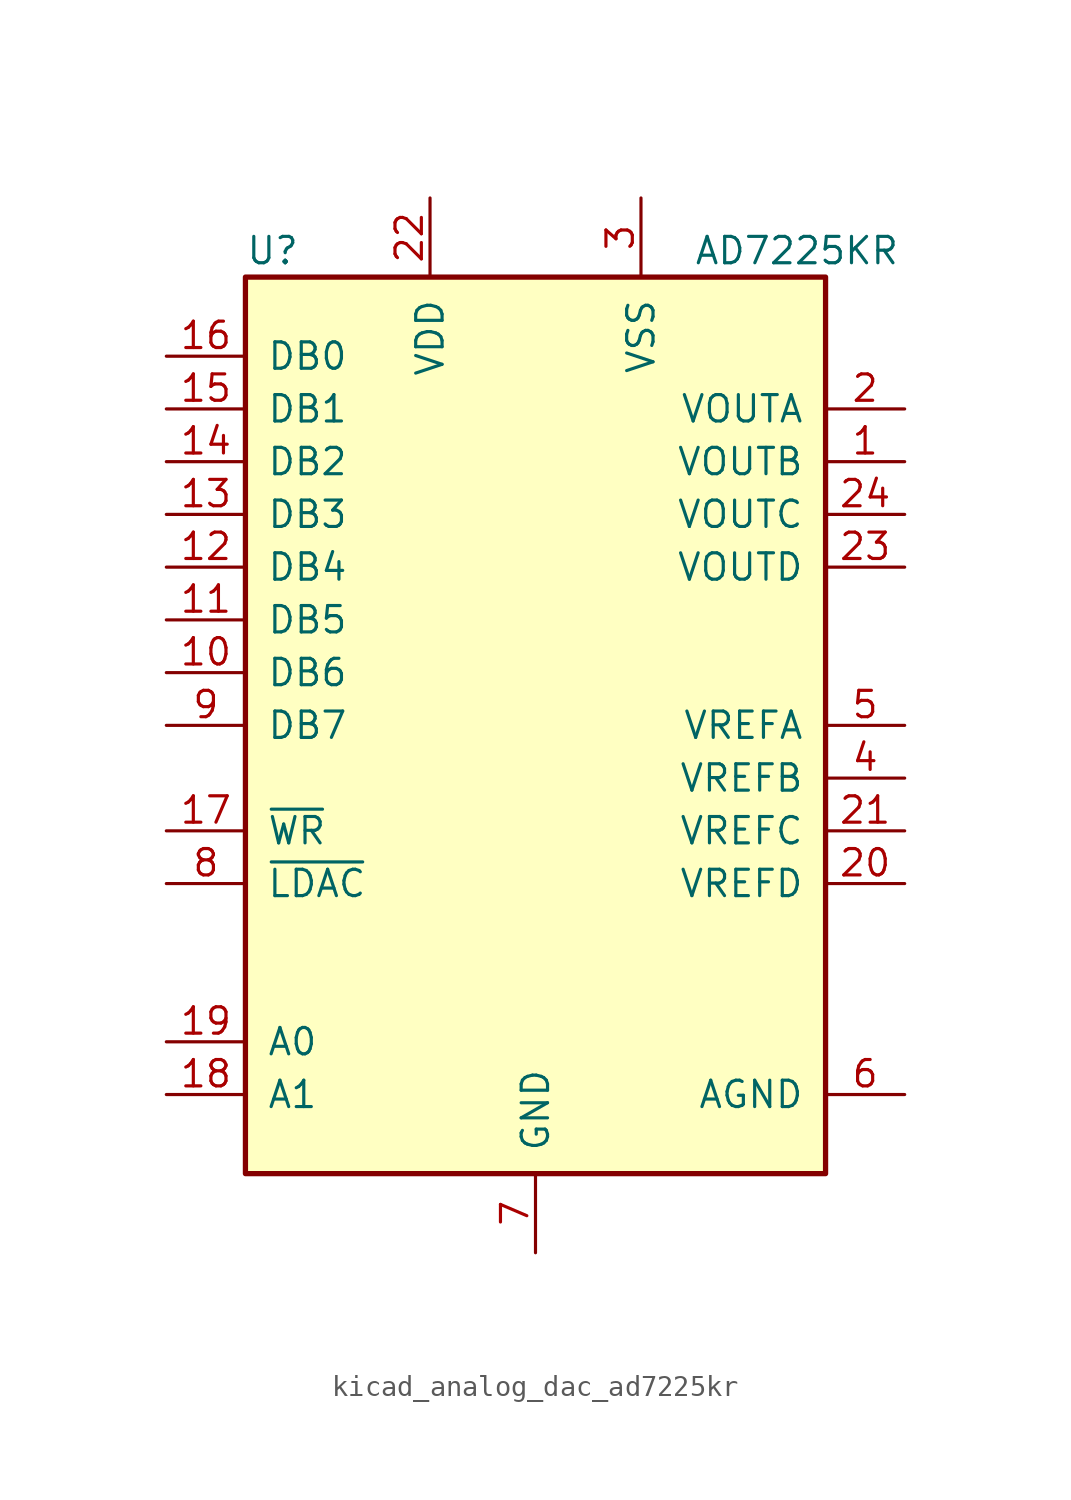
<source format=kicad_sym>
(kicad_symbol_lib
  (version 20220914)
  (generator kicad_symbol_editor)
  (symbol "kicad_analog_dac_ad7225kr"
    (pin_names
      (offset 1.016))
    (property "Reference" "U"
      (at -13.97 22.86 0)
      (effects (font (size 1.27 1.27)) (justify left)))
    (property "Value" "AD7225KR"
      (at 7.62 22.86 0)
      (effects (font (size 1.27 1.27)) (justify left)))
    (symbol "kicad_analog_dac_ad7225kr_0_1"
      (rectangle (start -13.97 -21.59) (end 13.97 21.59) (stroke (width 0.254) (type default)) (fill (type background))))
    (symbol "kicad_analog_dac_ad7225kr_1_1"
      (pin output line (at 17.78 12.7 180) (length 3.81) (name "VOUTB" (effects (font (size 1.27 1.27)))) (number "1" (effects (font (size 1.27 1.27)))))
      (pin input line (at -17.78 2.54 0) (length 3.81) (name "DB6" (effects (font (size 1.27 1.27)))) (number "10" (effects (font (size 1.27 1.27)))))
      (pin input line (at -17.78 5.08 0) (length 3.81) (name "DB5" (effects (font (size 1.27 1.27)))) (number "11" (effects (font (size 1.27 1.27)))))
      (pin input line (at -17.78 7.62 0) (length 3.81) (name "DB4" (effects (font (size 1.27 1.27)))) (number "12" (effects (font (size 1.27 1.27)))))
      (pin input line (at -17.78 10.16 0) (length 3.81) (name "DB3" (effects (font (size 1.27 1.27)))) (number "13" (effects (font (size 1.27 1.27)))))
      (pin input line (at -17.78 12.7 0) (length 3.81) (name "DB2" (effects (font (size 1.27 1.27)))) (number "14" (effects (font (size 1.27 1.27)))))
      (pin input line (at -17.78 15.24 0) (length 3.81) (name "DB1" (effects (font (size 1.27 1.27)))) (number "15" (effects (font (size 1.27 1.27)))))
      (pin input line (at -17.78 17.78 0) (length 3.81) (name "DB0" (effects (font (size 1.27 1.27)))) (number "16" (effects (font (size 1.27 1.27)))))
      (pin input line (at -17.78 -5.08 0) (length 3.81) (name "~{WR}" (effects (font (size 1.27 1.27)))) (number "17" (effects (font (size 1.27 1.27)))))
      (pin input line (at -17.78 -17.78 0) (length 3.81) (name "A1" (effects (font (size 1.27 1.27)))) (number "18" (effects (font (size 1.27 1.27)))))
      (pin input line (at -17.78 -15.24 0) (length 3.81) (name "A0" (effects (font (size 1.27 1.27)))) (number "19" (effects (font (size 1.27 1.27)))))
      (pin output line (at 17.78 15.24 180) (length 3.81) (name "VOUTA" (effects (font (size 1.27 1.27)))) (number "2" (effects (font (size 1.27 1.27)))))
      (pin input line (at 17.78 -7.62 180) (length 3.81) (name "VREFD" (effects (font (size 1.27 1.27)))) (number "20" (effects (font (size 1.27 1.27)))))
      (pin input line (at 17.78 -5.08 180) (length 3.81) (name "VREFC" (effects (font (size 1.27 1.27)))) (number "21" (effects (font (size 1.27 1.27)))))
      (pin power_in line (at -5.08 25.4 270) (length 3.81) (name "VDD" (effects (font (size 1.27 1.27)))) (number "22" (effects (font (size 1.27 1.27)))))
      (pin output line (at 17.78 7.62 180) (length 3.81) (name "VOUTD" (effects (font (size 1.27 1.27)))) (number "23" (effects (font (size 1.27 1.27)))))
      (pin output line (at 17.78 10.16 180) (length 3.81) (name "VOUTC" (effects (font (size 1.27 1.27)))) (number "24" (effects (font (size 1.27 1.27)))))
      (pin power_in line (at 5.08 25.4 270) (length 3.81) (name "VSS" (effects (font (size 1.27 1.27)))) (number "3" (effects (font (size 1.27 1.27)))))
      (pin input line (at 17.78 -2.54 180) (length 3.81) (name "VREFB" (effects (font (size 1.27 1.27)))) (number "4" (effects (font (size 1.27 1.27)))))
      (pin input line (at 17.78 0 180) (length 3.81) (name "VREFA" (effects (font (size 1.27 1.27)))) (number "5" (effects (font (size 1.27 1.27)))))
      (pin input line (at 17.78 -17.78 180) (length 3.81) (name "AGND" (effects (font (size 1.27 1.27)))) (number "6" (effects (font (size 1.27 1.27)))))
      (pin power_in line (at 0 -25.4 90) (length 3.81) (name "GND" (effects (font (size 1.27 1.27)))) (number "7" (effects (font (size 1.27 1.27)))))
      (pin input line (at -17.78 -7.62 0) (length 3.81) (name "~{LDAC}" (effects (font (size 1.27 1.27)))) (number "8" (effects (font (size 1.27 1.27)))))
      (pin input line (at -17.78 0 0) (length 3.81) (name "DB7" (effects (font (size 1.27 1.27)))) (number "9" (effects (font (size 1.27 1.27))))))))
</source>
